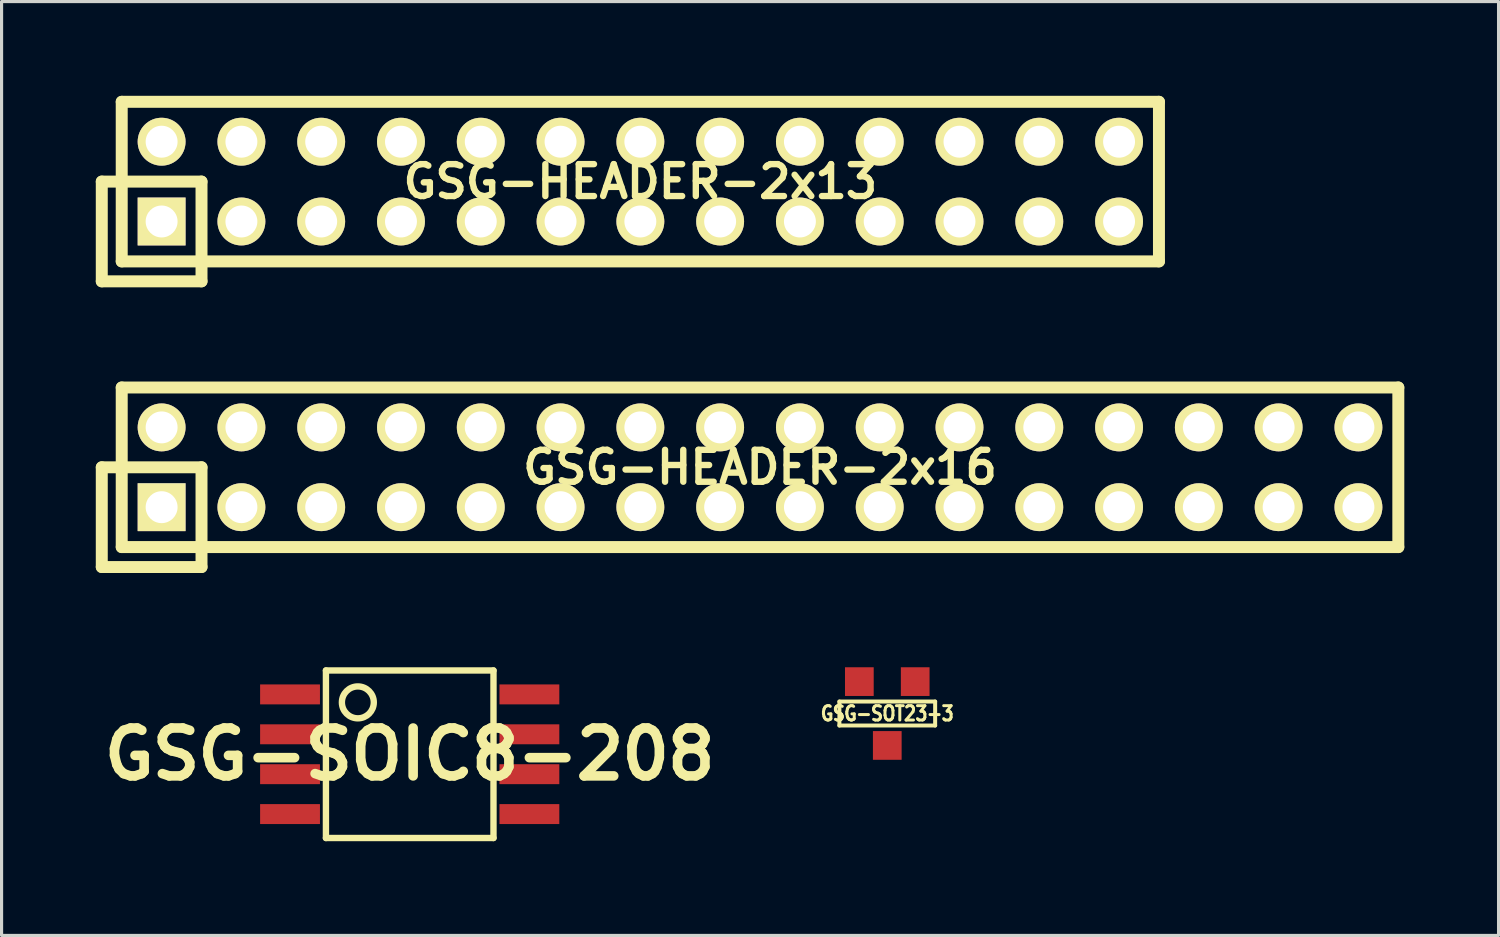
<source format=kicad_pcb>
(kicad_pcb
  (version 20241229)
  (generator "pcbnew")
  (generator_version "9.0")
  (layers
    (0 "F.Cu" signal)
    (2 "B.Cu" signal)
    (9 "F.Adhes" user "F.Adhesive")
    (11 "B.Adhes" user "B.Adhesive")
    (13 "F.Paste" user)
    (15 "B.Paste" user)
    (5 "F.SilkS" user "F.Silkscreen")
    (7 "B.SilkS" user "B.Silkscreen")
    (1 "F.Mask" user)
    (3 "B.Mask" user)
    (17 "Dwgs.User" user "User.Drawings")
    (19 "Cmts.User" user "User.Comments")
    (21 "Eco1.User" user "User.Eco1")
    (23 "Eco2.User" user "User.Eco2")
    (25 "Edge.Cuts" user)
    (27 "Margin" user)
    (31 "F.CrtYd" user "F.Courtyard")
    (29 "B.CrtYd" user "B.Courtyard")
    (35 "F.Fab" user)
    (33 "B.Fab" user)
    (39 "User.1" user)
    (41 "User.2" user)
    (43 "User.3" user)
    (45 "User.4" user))
  (footprint "GSG-HEADER-2x13"
    (layer "F.Cu")
    (at 17.335 2.731)
    (property "Reference" "GSG-HEADER-2x13" (at 0 0 0) (layer "F.SilkS") (effects (font (size 1.016 1.016) (thickness 0.203))))
    (attr through_hole)
    (fp_line (start -17.145 0) (end -17.145 3.175) (stroke (width 0.381) (type solid)) (layer "F.SilkS"))
    (fp_line (start -17.145 3.175) (end -13.97 3.175) (stroke (width 0.381) (type solid)) (layer "F.SilkS"))
    (fp_line (start -16.51 -2.54) (end 16.51 -2.54) (stroke (width 0.381) (type solid)) (layer "F.SilkS"))
    (fp_line (start -16.51 2.54) (end -16.51 -2.54) (stroke (width 0.381) (type solid)) (layer "F.SilkS"))
    (fp_line (start -13.97 0) (end -17.145 0) (stroke (width 0.381) (type solid)) (layer "F.SilkS"))
    (fp_line (start -13.97 3.175) (end -13.97 0) (stroke (width 0.381) (type solid)) (layer "F.SilkS"))
    (fp_line (start 16.51 -2.54) (end 16.51 2.54) (stroke (width 0.381) (type solid)) (layer "F.SilkS"))
    (fp_line (start 16.51 2.54) (end -16.51 2.54) (stroke (width 0.381) (type solid)) (layer "F.SilkS"))
    (pad "1" thru_hole rect (at -15.24 1.27) (size 1.524 1.524) (drill 1.016) (layers "*.Cu" "*.Mask" "F.SilkS"))
    (pad "2" thru_hole circle (at -15.24 -1.27) (size 1.524 1.524) (drill 1.016) (layers "*.Cu" "*.Mask" "F.SilkS"))
    (pad "3" thru_hole circle (at -12.7 1.27) (size 1.524 1.524) (drill 1.016) (layers "*.Cu" "*.Mask" "F.SilkS"))
    (pad "4" thru_hole circle (at -12.7 -1.27) (size 1.524 1.524) (drill 1.016) (layers "*.Cu" "*.Mask" "F.SilkS"))
    (pad "5" thru_hole circle (at -10.16 1.27) (size 1.524 1.524) (drill 1.016) (layers "*.Cu" "*.Mask" "F.SilkS"))
    (pad "6" thru_hole circle (at -10.16 -1.27) (size 1.524 1.524) (drill 1.016) (layers "*.Cu" "*.Mask" "F.SilkS"))
    (pad "7" thru_hole circle (at -7.62 1.27) (size 1.524 1.524) (drill 1.016) (layers "*.Cu" "*.Mask" "F.SilkS"))
    (pad "8" thru_hole circle (at -7.62 -1.27) (size 1.524 1.524) (drill 1.016) (layers "*.Cu" "*.Mask" "F.SilkS"))
    (pad "9" thru_hole circle (at -5.08 1.27) (size 1.524 1.524) (drill 1.016) (layers "*.Cu" "*.Mask" "F.SilkS"))
    (pad "10" thru_hole circle (at -5.08 -1.27) (size 1.524 1.524) (drill 1.016) (layers "*.Cu" "*.Mask" "F.SilkS"))
    (pad "11" thru_hole circle (at -2.54 1.27) (size 1.524 1.524) (drill 1.016) (layers "*.Cu" "*.Mask" "F.SilkS"))
    (pad "12" thru_hole circle (at -2.54 -1.27) (size 1.524 1.524) (drill 1.016) (layers "*.Cu" "*.Mask" "F.SilkS"))
    (pad "13" thru_hole circle (at 0 1.27) (size 1.524 1.524) (drill 1.016) (layers "*.Cu" "*.Mask" "F.SilkS"))
    (pad "14" thru_hole circle (at 0 -1.27) (size 1.524 1.524) (drill 1.016) (layers "*.Cu" "*.Mask" "F.SilkS"))
    (pad "15" thru_hole circle (at 2.54 1.27) (size 1.524 1.524) (drill 1.016) (layers "*.Cu" "*.Mask" "F.SilkS"))
    (pad "16" thru_hole circle (at 2.54 -1.27) (size 1.524 1.524) (drill 1.016) (layers "*.Cu" "*.Mask" "F.SilkS"))
    (pad "17" thru_hole circle (at 5.08 1.27) (size 1.524 1.524) (drill 1.016) (layers "*.Cu" "*.Mask" "F.SilkS"))
    (pad "18" thru_hole circle (at 5.08 -1.27) (size 1.524 1.524) (drill 1.016) (layers "*.Cu" "*.Mask" "F.SilkS"))
    (pad "19" thru_hole circle (at 7.62 1.27) (size 1.524 1.524) (drill 1.016) (layers "*.Cu" "*.Mask" "F.SilkS"))
    (pad "20" thru_hole circle (at 7.62 -1.27) (size 1.524 1.524) (drill 1.016) (layers "*.Cu" "*.Mask" "F.SilkS"))
    (pad "21" thru_hole circle (at 10.16 1.27) (size 1.524 1.524) (drill 1.016) (layers "*.Cu" "*.Mask" "F.SilkS"))
    (pad "22" thru_hole circle (at 10.16 -1.27) (size 1.524 1.524) (drill 1.016) (layers "*.Cu" "*.Mask" "F.SilkS"))
    (pad "23" thru_hole circle (at 12.7 1.27) (size 1.524 1.524) (drill 1.016) (layers "*.Cu" "*.Mask" "F.SilkS"))
    (pad "24" thru_hole circle (at 12.7 -1.27) (size 1.524 1.524) (drill 1.016) (layers "*.Cu" "*.Mask" "F.SilkS"))
    (pad "25" thru_hole circle (at 15.24 1.27) (size 1.524 1.524) (drill 1.016) (layers "*.Cu" "*.Mask" "F.SilkS"))
    (pad "26" thru_hole circle (at 15.24 -1.27) (size 1.524 1.524) (drill 1.016) (layers "*.Cu" "*.Mask" "F.SilkS")))
  (footprint "GSG-SOT23-3"
    (layer "F.Cu")
    (at 25.196 19.665)
    (property "Reference" "GSG-SOT23-3" (at 0 0 0) (layer "F.SilkS") (effects (font (size 0.457 0.381) (thickness 0.095))))
    (attr smd)
    (fp_line (start -1.524 -0.381) (end 1.524 -0.381) (stroke (width 0.127) (type solid)) (layer "F.SilkS"))
    (fp_line (start -1.524 0.381) (end -1.524 -0.381) (stroke (width 0.127) (type solid)) (layer "F.SilkS"))
    (fp_line (start 1.524 -0.381) (end 1.524 0.381) (stroke (width 0.127) (type solid)) (layer "F.SilkS"))
    (fp_line (start 1.524 0.381) (end -1.524 0.381) (stroke (width 0.127) (type solid)) (layer "F.SilkS"))
    (pad "1" smd rect (at 0.889 -1.016) (size 0.914 0.914) (layers "F.Cu" "F.Mask" "F.Paste"))
    (pad "2" smd rect (at -0.889 -1.016) (size 0.914 0.914) (layers "F.Cu" "F.Mask" "F.Paste"))
    (pad "3" smd rect (at 0 1.016) (size 0.914 0.914) (layers "F.Cu" "F.Mask" "F.Paste")))
  (footprint "GSG-HEADER-2x16"
    (layer "F.Cu")
    (at 21.145 11.826)
    (property "Reference" "GSG-HEADER-2x16" (at 0 0 0) (layer "F.SilkS") (effects (font (size 1.016 1.016) (thickness 0.203))))
    (attr through_hole)
    (fp_line (start -20.955 0) (end -20.955 3.175) (stroke (width 0.381) (type solid)) (layer "F.SilkS"))
    (fp_line (start -20.955 3.175) (end -17.78 3.175) (stroke (width 0.381) (type solid)) (layer "F.SilkS"))
    (fp_line (start -20.32 -2.54) (end 20.32 -2.54) (stroke (width 0.381) (type solid)) (layer "F.SilkS"))
    (fp_line (start -20.32 2.54) (end -20.32 -2.54) (stroke (width 0.381) (type solid)) (layer "F.SilkS"))
    (fp_line (start -17.78 0) (end -20.955 0) (stroke (width 0.381) (type solid)) (layer "F.SilkS"))
    (fp_line (start -17.78 3.175) (end -17.78 0) (stroke (width 0.381) (type solid)) (layer "F.SilkS"))
    (fp_line (start 20.32 -2.54) (end 20.32 2.54) (stroke (width 0.381) (type solid)) (layer "F.SilkS"))
    (fp_line (start 20.32 2.54) (end -20.32 2.54) (stroke (width 0.381) (type solid)) (layer "F.SilkS"))
    (pad "1" thru_hole rect (at -19.05 1.27) (size 1.524 1.524) (drill 1.016) (layers "*.Cu" "*.Mask" "F.SilkS"))
    (pad "2" thru_hole circle (at -19.05 -1.27) (size 1.524 1.524) (drill 1.016) (layers "*.Cu" "*.Mask" "F.SilkS"))
    (pad "3" thru_hole circle (at -16.51 1.27) (size 1.524 1.524) (drill 1.016) (layers "*.Cu" "*.Mask" "F.SilkS"))
    (pad "4" thru_hole circle (at -16.51 -1.27) (size 1.524 1.524) (drill 1.016) (layers "*.Cu" "*.Mask" "F.SilkS"))
    (pad "5" thru_hole circle (at -13.97 1.27) (size 1.524 1.524) (drill 1.016) (layers "*.Cu" "*.Mask" "F.SilkS"))
    (pad "6" thru_hole circle (at -13.97 -1.27) (size 1.524 1.524) (drill 1.016) (layers "*.Cu" "*.Mask" "F.SilkS"))
    (pad "7" thru_hole circle (at -11.43 1.27) (size 1.524 1.524) (drill 1.016) (layers "*.Cu" "*.Mask" "F.SilkS"))
    (pad "8" thru_hole circle (at -11.43 -1.27) (size 1.524 1.524) (drill 1.016) (layers "*.Cu" "*.Mask" "F.SilkS"))
    (pad "9" thru_hole circle (at -8.89 1.27) (size 1.524 1.524) (drill 1.016) (layers "*.Cu" "*.Mask" "F.SilkS"))
    (pad "10" thru_hole circle (at -8.89 -1.27) (size 1.524 1.524) (drill 1.016) (layers "*.Cu" "*.Mask" "F.SilkS"))
    (pad "11" thru_hole circle (at -6.35 1.27) (size 1.524 1.524) (drill 1.016) (layers "*.Cu" "*.Mask" "F.SilkS"))
    (pad "12" thru_hole circle (at -6.35 -1.27) (size 1.524 1.524) (drill 1.016) (layers "*.Cu" "*.Mask" "F.SilkS"))
    (pad "13" thru_hole circle (at -3.81 1.27) (size 1.524 1.524) (drill 1.016) (layers "*.Cu" "*.Mask" "F.SilkS"))
    (pad "14" thru_hole circle (at -3.81 -1.27) (size 1.524 1.524) (drill 1.016) (layers "*.Cu" "*.Mask" "F.SilkS"))
    (pad "15" thru_hole circle (at -1.27 1.27) (size 1.524 1.524) (drill 1.016) (layers "*.Cu" "*.Mask" "F.SilkS"))
    (pad "16" thru_hole circle (at -1.27 -1.27) (size 1.524 1.524) (drill 1.016) (layers "*.Cu" "*.Mask" "F.SilkS"))
    (pad "17" thru_hole circle (at 1.27 1.27) (size 1.524 1.524) (drill 1.016) (layers "*.Cu" "*.Mask" "F.SilkS"))
    (pad "18" thru_hole circle (at 1.27 -1.27) (size 1.524 1.524) (drill 1.016) (layers "*.Cu" "*.Mask" "F.SilkS"))
    (pad "19" thru_hole circle (at 3.81 1.27) (size 1.524 1.524) (drill 1.016) (layers "*.Cu" "*.Mask" "F.SilkS"))
    (pad "20" thru_hole circle (at 3.81 -1.27) (size 1.524 1.524) (drill 1.016) (layers "*.Cu" "*.Mask" "F.SilkS"))
    (pad "21" thru_hole circle (at 6.35 1.27) (size 1.524 1.524) (drill 1.016) (layers "*.Cu" "*.Mask" "F.SilkS"))
    (pad "22" thru_hole circle (at 6.35 -1.27) (size 1.524 1.524) (drill 1.016) (layers "*.Cu" "*.Mask" "F.SilkS"))
    (pad "23" thru_hole circle (at 8.89 1.27) (size 1.524 1.524) (drill 1.016) (layers "*.Cu" "*.Mask" "F.SilkS"))
    (pad "24" thru_hole circle (at 8.89 -1.27) (size 1.524 1.524) (drill 1.016) (layers "*.Cu" "*.Mask" "F.SilkS"))
    (pad "25" thru_hole circle (at 11.43 1.27) (size 1.524 1.524) (drill 1.016) (layers "*.Cu" "*.Mask" "F.SilkS"))
    (pad "26" thru_hole circle (at 11.43 -1.27) (size 1.524 1.524) (drill 1.016) (layers "*.Cu" "*.Mask" "F.SilkS"))
    (pad "27" thru_hole circle (at 13.97 1.27) (size 1.524 1.524) (drill 1.016) (layers "*.Cu" "*.Mask" "F.SilkS"))
    (pad "28" thru_hole circle (at 13.97 -1.27) (size 1.524 1.524) (drill 1.016) (layers "*.Cu" "*.Mask" "F.SilkS"))
    (pad "29" thru_hole circle (at 16.51 1.27) (size 1.524 1.524) (drill 1.016) (layers "*.Cu" "*.Mask" "F.SilkS"))
    (pad "30" thru_hole circle (at 16.51 -1.27) (size 1.524 1.524) (drill 1.016) (layers "*.Cu" "*.Mask" "F.SilkS"))
    (pad "31" thru_hole circle (at 19.05 1.27) (size 1.524 1.524) (drill 1.016) (layers "*.Cu" "*.Mask" "F.SilkS"))
    (pad "32" thru_hole circle (at 19.05 -1.27) (size 1.524 1.524) (drill 1.016) (layers "*.Cu" "*.Mask" "F.SilkS")))
  (footprint "GSG-SOIC8-208"
    (layer "F.Cu")
    (at 9.993 20.961)
    (property "Reference" "GSG-SOIC8-208" (at 0 0 0) (layer "F.SilkS") (effects (font (size 1.524 1.524) (thickness 0.305))))
    (attr through_hole)
    (fp_line (start -2.667 -2.667) (end -2.667 2.667) (stroke (width 0.203) (type solid)) (layer "F.SilkS"))
    (fp_line (start -2.667 2.667) (end 2.667 2.667) (stroke (width 0.203) (type solid)) (layer "F.SilkS"))
    (fp_line (start 2.667 -2.667) (end -2.667 -2.667) (stroke (width 0.203) (type solid)) (layer "F.SilkS"))
    (fp_line (start 2.667 2.667) (end 2.667 -2.667) (stroke (width 0.203) (type solid)) (layer "F.SilkS"))
    (fp_circle (center -1.651 -1.651) (end -1.143 -1.651) (stroke (width 0.203) (type solid)) (fill no) (layer "F.SilkS"))
    (pad "1" smd rect (at -3.81 -1.905) (size 1.905 0.635) (layers "F.Cu" "F.Mask" "F.Paste"))
    (pad "2" smd rect (at -3.81 -0.635) (size 1.905 0.635) (layers "F.Cu" "F.Mask" "F.Paste"))
    (pad "3" smd rect (at -3.81 0.635) (size 1.905 0.635) (layers "F.Cu" "F.Mask" "F.Paste"))
    (pad "4" smd rect (at -3.81 1.905) (size 1.905 0.635) (layers "F.Cu" "F.Mask" "F.Paste"))
    (pad "5" smd rect (at 3.81 1.905) (size 1.905 0.635) (layers "F.Cu" "F.Mask" "F.Paste"))
    (pad "6" smd rect (at 3.81 0.635) (size 1.905 0.635) (layers "F.Cu" "F.Mask" "F.Paste"))
    (pad "7" smd rect (at 3.81 -0.635) (size 1.905 0.635) (layers "F.Cu" "F.Mask" "F.Paste"))
    (pad "8" smd rect (at 3.81 -1.905) (size 1.905 0.635) (layers "F.Cu" "F.Mask" "F.Paste")))
  (gr_rect
    (start -3 -3)
    (end 44.656 26.729)
    (stroke (width 0.1) (type default))
    (fill no)
    (layer "Edge.Cuts")))
</source>
